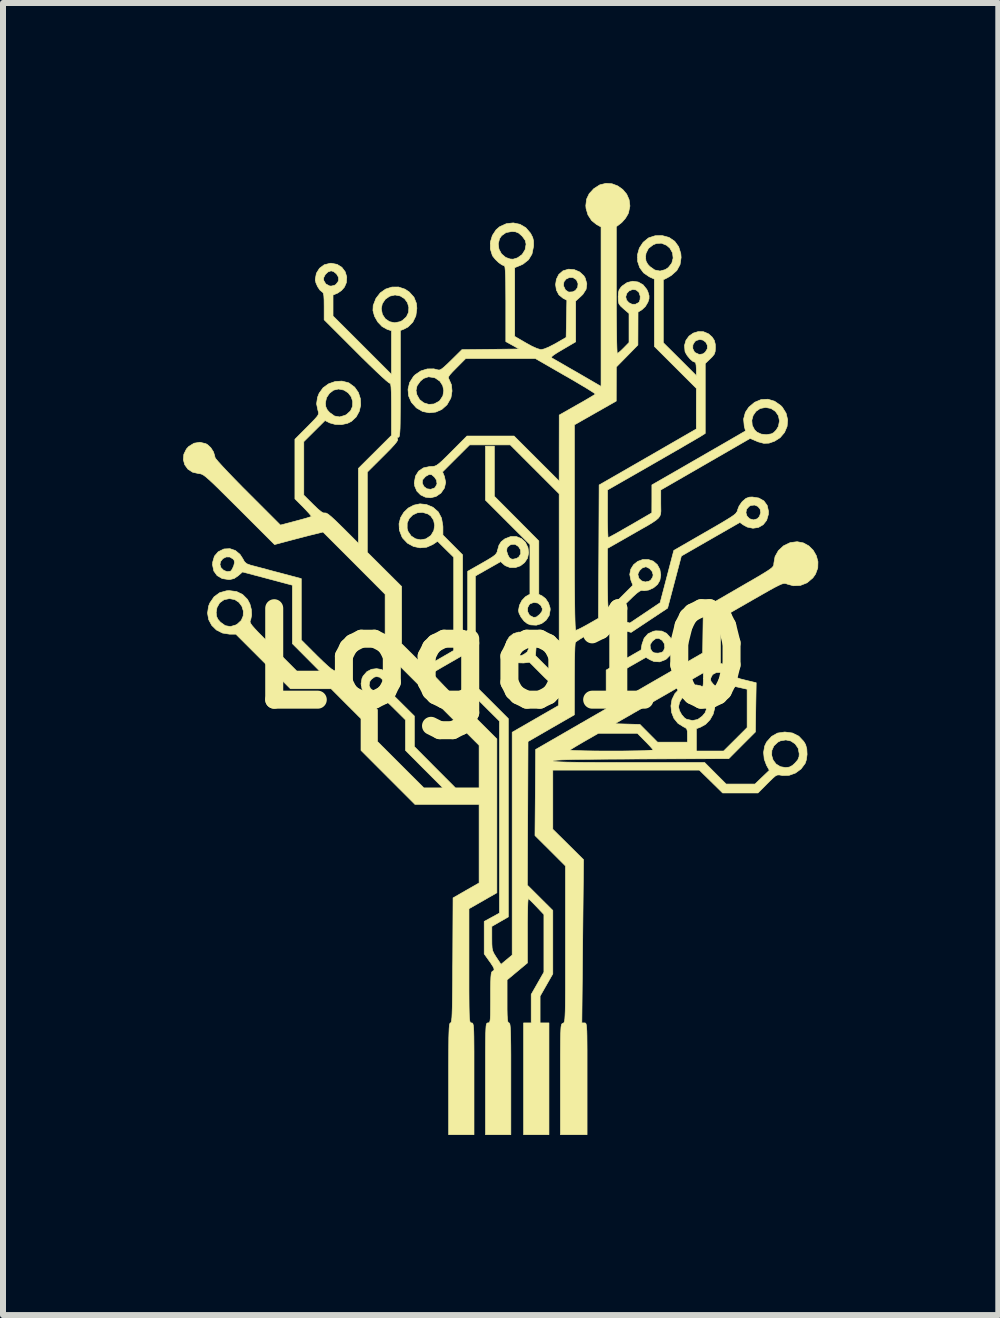
<source format=kicad_pcb>
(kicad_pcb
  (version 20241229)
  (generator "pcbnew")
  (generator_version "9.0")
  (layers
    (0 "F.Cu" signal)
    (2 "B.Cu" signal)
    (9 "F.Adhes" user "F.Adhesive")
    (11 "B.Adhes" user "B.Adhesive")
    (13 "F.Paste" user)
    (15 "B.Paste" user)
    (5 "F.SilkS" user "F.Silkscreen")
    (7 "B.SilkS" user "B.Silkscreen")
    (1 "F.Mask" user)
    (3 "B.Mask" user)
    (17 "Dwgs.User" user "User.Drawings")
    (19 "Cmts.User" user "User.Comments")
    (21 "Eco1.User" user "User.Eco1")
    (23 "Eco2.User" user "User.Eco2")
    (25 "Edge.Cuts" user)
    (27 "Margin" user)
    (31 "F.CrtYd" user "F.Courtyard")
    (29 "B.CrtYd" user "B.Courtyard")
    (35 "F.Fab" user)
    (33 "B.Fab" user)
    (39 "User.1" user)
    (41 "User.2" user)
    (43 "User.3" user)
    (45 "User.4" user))
  (footprint "Logo10"
    (layer "F.Cu")
    (at 5.293 7.919)
    (property "Reference" "Logo10" (at 0 0 0) (layer "F.SilkS") (effects (font (size 1.524 1.524) (thickness 0.3))))
    (attr through_hole)
    (fp_poly (pts (xy -0.106 -2.7) (xy 0.265 -2.328) (xy 0.635 -1.955) (xy 0.635 -1.065) (xy 0.688 -1.041) (xy 0.748 -0.994) (xy 0.796 -0.922) (xy 0.823 -0.839) (xy 0.825 -0.808) (xy 0.807 -0.712) (xy 0.756 -0.635) (xy 0.682 -0.579) (xy 0.593 -0.552) (xy 0.499 -0.557) (xy 0.445 -0.577) (xy 0.39 -0.62) (xy 0.34 -0.684) (xy 0.305 -0.753) (xy 0.296 -0.798) (xy 0.305 -0.843) (xy 0.448 -0.843) (xy 0.449 -0.778) (xy 0.477 -0.723) (xy 0.492 -0.71) (xy 0.547 -0.682) (xy 0.593 -0.687) (xy 0.645 -0.728) (xy 0.647 -0.729) (xy 0.688 -0.782) (xy 0.694 -0.828) (xy 0.667 -0.883) (xy 0.666 -0.884) (xy 0.617 -0.921) (xy 0.553 -0.931) (xy 0.493 -0.91) (xy 0.478 -0.898) (xy 0.448 -0.843) (xy 0.305 -0.843) (xy 0.312 -0.883) (xy 0.353 -0.964) (xy 0.41 -1.024) (xy 0.422 -1.032) (xy 0.487 -1.069) (xy 0.487 -1.482) (xy 0.487 -1.895) (xy 0.116 -2.265) (xy -0.254 -2.635) (xy -0.254 -3.535) (xy -0.106 -3.535) (xy -0.106 -2.7)) (stroke (width 0.01) (type solid)) (fill yes) (layer "F.SilkS"))
    (fp_poly (pts (xy 5.043 -1.923) (xy 5.134 -1.873) (xy 5.207 -1.8) (xy 5.259 -1.71) (xy 5.286 -1.61) (xy 5.283 -1.506) (xy 5.246 -1.404) (xy 5.201 -1.34) (xy 5.104 -1.258) (xy 4.993 -1.214) (xy 4.875 -1.209) (xy 4.776 -1.236) (xy 4.755 -1.244) (xy 4.734 -1.248) (xy 4.709 -1.246) (xy 4.675 -1.235) (xy 4.629 -1.214) (xy 4.564 -1.181) (xy 4.477 -1.133) (xy 4.364 -1.069) (xy 4.219 -0.986) (xy 4.184 -0.966) (xy 3.663 -0.667) (xy 3.662 -0.293) (xy 3.662 0.081) (xy 3.739 0.121) (xy 3.801 0.166) (xy 3.85 0.224) (xy 3.855 0.233) (xy 3.879 0.275) (xy 3.904 0.303) (xy 3.939 0.324) (xy 3.994 0.343) (xy 4.078 0.364) (xy 4.102 0.37) (xy 4.257 0.407) (xy 4.25 0.817) (xy 4.244 1.227) (xy 4.022 1.449) (xy 3.8 1.672) (xy 2.341 1.677) (xy 2.045 1.679) (xy 1.789 1.68) (xy 1.57 1.682) (xy 1.386 1.684) (xy 1.235 1.686) (xy 1.113 1.689) (xy 1.02 1.692) (xy 0.951 1.696) (xy 0.906 1.7) (xy 0.88 1.705) (xy 0.873 1.709) (xy 0.879 1.715) (xy 0.903 1.72) (xy 0.948 1.724) (xy 1.015 1.727) (xy 1.109 1.73) (xy 1.231 1.732) (xy 1.384 1.734) (xy 1.57 1.735) (xy 1.793 1.735) (xy 2.055 1.736) (xy 2.131 1.736) (xy 3.398 1.736) (xy 3.577 1.916) (xy 3.756 2.095) (xy 4.237 2.095) (xy 4.476 1.866) (xy 4.429 1.782) (xy 4.391 1.68) (xy 4.385 1.617) (xy 4.515 1.617) (xy 4.539 1.696) (xy 4.589 1.762) (xy 4.661 1.806) (xy 4.744 1.82) (xy 4.808 1.813) (xy 4.86 1.786) (xy 4.902 1.748) (xy 4.95 1.692) (xy 4.971 1.639) (xy 4.974 1.59) (xy 4.956 1.498) (xy 4.906 1.426) (xy 4.835 1.378) (xy 4.751 1.36) (xy 4.662 1.375) (xy 4.619 1.396) (xy 4.552 1.459) (xy 4.518 1.535) (xy 4.515 1.617) (xy 4.385 1.617) (xy 4.38 1.568) (xy 4.398 1.463) (xy 4.43 1.395) (xy 4.513 1.302) (xy 4.612 1.246) (xy 4.73 1.228) (xy 4.735 1.228) (xy 4.862 1.245) (xy 4.966 1.297) (xy 5.049 1.385) (xy 5.08 1.437) (xy 5.1 1.509) (xy 5.105 1.6) (xy 5.093 1.691) (xy 5.073 1.751) (xy 5.004 1.844) (xy 4.911 1.912) (xy 4.805 1.95) (xy 4.696 1.953) (xy 4.675 1.949) (xy 4.639 1.943) (xy 4.609 1.945) (xy 4.578 1.96) (xy 4.537 1.995) (xy 4.478 2.052) (xy 4.442 2.088) (xy 4.287 2.244) (xy 3.993 2.244) (xy 3.698 2.244) (xy 3.504 2.053) (xy 3.31 1.863) (xy 0.868 1.863) (xy 0.868 2.848) (xy 1.124 3.101) (xy 1.38 3.355) (xy 1.366 4.715) (xy 1.352 6.075) (xy 1.396 6.075) (xy 1.406 6.076) (xy 1.415 6.08) (xy 1.422 6.092) (xy 1.427 6.116) (xy 1.431 6.154) (xy 1.435 6.211) (xy 1.437 6.29) (xy 1.438 6.395) (xy 1.439 6.53) (xy 1.439 6.699) (xy 1.439 6.904) (xy 1.439 7.006) (xy 1.439 7.938) (xy 0.995 7.938) (xy 0.995 7.015) (xy 0.995 6.793) (xy 0.995 6.61) (xy 0.996 6.462) (xy 0.997 6.345) (xy 0.999 6.255) (xy 1.002 6.189) (xy 1.005 6.143) (xy 1.011 6.113) (xy 1.017 6.095) (xy 1.025 6.086) (xy 1.035 6.082) (xy 1.037 6.081) (xy 1.046 6.078) (xy 1.053 6.071) (xy 1.059 6.058) (xy 1.065 6.036) (xy 1.069 6) (xy 1.072 5.949) (xy 1.075 5.879) (xy 1.077 5.786) (xy 1.078 5.668) (xy 1.079 5.522) (xy 1.079 5.344) (xy 1.079 5.131) (xy 1.079 4.88) (xy 1.079 4.765) (xy 1.079 3.46) (xy 0.825 3.206) (xy 0.571 2.953) (xy 0.577 2.236) (xy 0.582 1.528) (xy 1.155 1.528) (xy 1.17 1.532) (xy 1.223 1.536) (xy 1.309 1.539) (xy 1.423 1.542) (xy 1.561 1.544) (xy 1.717 1.545) (xy 1.837 1.545) (xy 2.005 1.545) (xy 2.158 1.543) (xy 2.292 1.541) (xy 2.402 1.539) (xy 2.483 1.536) (xy 2.53 1.532) (xy 2.54 1.53) (xy 2.526 1.509) (xy 2.489 1.466) (xy 2.435 1.409) (xy 2.408 1.382) (xy 2.277 1.249) (xy 1.629 1.249) (xy 1.402 1.379) (xy 1.313 1.431) (xy 1.237 1.476) (xy 1.182 1.51) (xy 1.155 1.527) (xy 1.155 1.528) (xy 0.582 1.528) (xy 0.582 1.519) (xy 1.325 1.09) (xy 1.902 1.09) (xy 2.111 1.096) (xy 2.32 1.102) (xy 2.467 1.25) (xy 2.613 1.397) (xy 3.111 1.397) (xy 3.111 1.283) (xy 3.11 1.216) (xy 3.1 1.178) (xy 3.094 1.173) (xy 3.26 1.173) (xy 3.26 1.545) (xy 3.714 1.545) (xy 3.91 1.35) (xy 4.106 1.154) (xy 4.106 0.515) (xy 3.991 0.489) (xy 3.875 0.463) (xy 3.813 0.533) (xy 3.772 0.574) (xy 3.732 0.595) (xy 3.677 0.603) (xy 3.632 0.603) (xy 3.564 0.605) (xy 3.531 0.613) (xy 3.524 0.628) (xy 3.526 0.635) (xy 3.541 0.677) (xy 3.559 0.734) (xy 3.559 0.735) (xy 3.566 0.83) (xy 3.54 0.93) (xy 3.487 1.024) (xy 3.414 1.1) (xy 3.332 1.146) (xy 3.26 1.173) (xy 3.094 1.173) (xy 3.077 1.156) (xy 3.05 1.144) (xy 2.954 1.084) (xy 2.886 1) (xy 2.847 0.901) (xy 2.838 0.809) (xy 2.963 0.809) (xy 2.978 0.871) (xy 3.015 0.939) (xy 3.063 0.994) (xy 3.096 1.015) (xy 3.195 1.037) (xy 3.283 1.019) (xy 3.357 0.965) (xy 3.404 0.91) (xy 3.425 0.857) (xy 3.429 0.804) (xy 3.422 0.739) (xy 3.397 0.688) (xy 3.357 0.643) (xy 3.278 0.587) (xy 3.195 0.572) (xy 3.102 0.597) (xy 3.09 0.604) (xy 3.025 0.657) (xy 2.98 0.733) (xy 2.963 0.809) (xy 2.838 0.809) (xy 2.836 0.794) (xy 2.854 0.687) (xy 2.902 0.589) (xy 2.979 0.508) (xy 3.033 0.473) (xy 3.098 0.453) (xy 3.18 0.443) (xy 3.263 0.444) (xy 3.327 0.457) (xy 3.337 0.462) (xy 3.359 0.47) (xy 3.371 0.459) (xy 3.375 0.42) (xy 3.376 0.362) (xy 3.376 0.335) (xy 3.497 0.335) (xy 3.502 0.381) (xy 3.543 0.433) (xy 3.544 0.435) (xy 3.599 0.477) (xy 3.646 0.483) (xy 3.687 0.46) (xy 3.72 0.414) (xy 3.734 0.352) (xy 3.729 0.293) (xy 3.713 0.265) (xy 3.657 0.236) (xy 3.593 0.237) (xy 3.538 0.266) (xy 3.525 0.28) (xy 3.497 0.335) (xy 3.376 0.335) (xy 3.376 0.241) (xy 2.921 0.504) (xy 2.775 0.589) (xy 2.621 0.677) (xy 2.471 0.764) (xy 2.334 0.843) (xy 2.219 0.908) (xy 2.184 0.929) (xy 1.902 1.09) (xy 1.325 1.09) (xy 1.757 0.841) (xy 1.757 0.196) (xy 2.047 0.028) (xy 2.338 -0.139) (xy 2.353 -0.226) (xy 2.489 -0.226) (xy 2.494 -0.162) (xy 2.524 -0.111) (xy 2.563 -0.09) (xy 2.621 -0.086) (xy 2.678 -0.097) (xy 2.709 -0.116) (xy 2.734 -0.176) (xy 2.727 -0.242) (xy 2.692 -0.298) (xy 2.688 -0.3) (xy 2.634 -0.333) (xy 2.585 -0.33) (xy 2.532 -0.29) (xy 2.527 -0.285) (xy 2.489 -0.226) (xy 2.353 -0.226) (xy 2.354 -0.233) (xy 2.39 -0.335) (xy 2.455 -0.409) (xy 2.545 -0.451) (xy 2.585 -0.458) (xy 2.684 -0.454) (xy 2.763 -0.416) (xy 2.83 -0.341) (xy 2.87 -0.247) (xy 2.871 -0.152) (xy 2.835 -0.064) (xy 2.764 0.009) (xy 2.745 0.022) (xy 2.649 0.059) (xy 2.553 0.053) (xy 2.485 0.023) (xy 2.42 -0.016) (xy 2.162 0.131) (xy 1.905 0.279) (xy 1.905 0.51) (xy 1.906 0.603) (xy 1.909 0.678) (xy 1.913 0.727) (xy 1.918 0.741) (xy 1.938 0.731) (xy 1.992 0.701) (xy 2.073 0.655) (xy 2.18 0.595) (xy 2.307 0.523) (xy 2.45 0.44) (xy 2.606 0.35) (xy 2.648 0.326) (xy 3.365 -0.088) (xy 3.37 -0.46) (xy 3.376 -0.832) (xy 3.963 -1.172) (xy 4.125 -1.266) (xy 4.255 -1.341) (xy 4.354 -1.4) (xy 4.429 -1.446) (xy 4.482 -1.481) (xy 4.517 -1.508) (xy 4.537 -1.53) (xy 4.547 -1.548) (xy 4.551 -1.567) (xy 4.551 -1.582) (xy 4.571 -1.695) (xy 4.627 -1.795) (xy 4.713 -1.875) (xy 4.824 -1.928) (xy 4.825 -1.928) (xy 4.939 -1.943) (xy 5.043 -1.923)) (stroke (width 0.01) (type solid)) (fill yes) (layer "F.SilkS"))
    (fp_poly (pts (xy -2.726 -6.564) (xy -2.647 -6.515) (xy -2.592 -6.442) (xy -2.565 -6.354) (xy -2.572 -6.259) (xy -2.604 -6.185) (xy -2.653 -6.129) (xy -2.715 -6.086) (xy -2.72 -6.084) (xy -2.794 -6.053) (xy -2.794 -5.704) (xy -2.307 -5.218) (xy -1.82 -4.731) (xy -1.82 -5.458) (xy -1.893 -5.482) (xy -1.977 -5.529) (xy -2.049 -5.605) (xy -2.102 -5.698) (xy -2.129 -5.796) (xy -2.127 -5.826) (xy -1.99 -5.826) (xy -1.972 -5.731) (xy -1.923 -5.657) (xy -1.852 -5.609) (xy -1.767 -5.591) (xy -1.677 -5.609) (xy -1.639 -5.628) (xy -1.571 -5.69) (xy -1.535 -5.766) (xy -1.531 -5.848) (xy -1.554 -5.927) (xy -1.603 -5.993) (xy -1.675 -6.038) (xy -1.761 -6.054) (xy -1.849 -6.034) (xy -1.923 -5.983) (xy -1.973 -5.908) (xy -1.99 -5.826) (xy -2.127 -5.826) (xy -2.125 -5.878) (xy -2.079 -5.996) (xy -2.007 -6.089) (xy -1.916 -6.153) (xy -1.812 -6.186) (xy -1.703 -6.187) (xy -1.595 -6.151) (xy -1.524 -6.104) (xy -1.445 -6.016) (xy -1.405 -5.915) (xy -1.397 -5.832) (xy -1.414 -5.706) (xy -1.465 -5.6) (xy -1.544 -5.521) (xy -1.614 -5.484) (xy -1.672 -5.462) (xy -1.672 -4.573) (xy -1.672 -4.354) (xy -1.673 -4.174) (xy -1.674 -4.03) (xy -1.675 -3.916) (xy -1.677 -3.83) (xy -1.681 -3.768) (xy -1.685 -3.726) (xy -1.69 -3.7) (xy -1.697 -3.687) (xy -1.705 -3.683) (xy -1.707 -3.683) (xy -1.729 -3.676) (xy -1.718 -3.655) (xy -1.716 -3.638) (xy -1.733 -3.607) (xy -1.771 -3.56) (xy -1.833 -3.492) (xy -1.923 -3.401) (xy -1.959 -3.365) (xy -2.223 -3.102) (xy -2.223 -1.767) (xy -1.651 -1.197) (xy -1.651 -0.243) (xy -1.259 0.145) (xy -1.021 0.007) (xy -0.783 -0.131) (xy -0.783 -1.684) (xy -0.918 -1.817) (xy -1.052 -1.95) (xy -1.132 -1.896) (xy -1.234 -1.851) (xy -1.345 -1.841) (xy -1.454 -1.864) (xy -1.553 -1.918) (xy -1.631 -2) (xy -1.645 -2.022) (xy -1.688 -2.134) (xy -1.69 -2.166) (xy -1.559 -2.166) (xy -1.544 -2.114) (xy -1.492 -2.038) (xy -1.419 -1.991) (xy -1.333 -1.974) (xy -1.247 -1.99) (xy -1.17 -2.041) (xy -1.159 -2.052) (xy -1.114 -2.13) (xy -1.101 -2.217) (xy -1.118 -2.301) (xy -1.165 -2.371) (xy -1.21 -2.404) (xy -1.302 -2.432) (xy -1.389 -2.425) (xy -1.466 -2.389) (xy -1.524 -2.33) (xy -1.558 -2.254) (xy -1.559 -2.166) (xy -1.69 -2.166) (xy -1.694 -2.243) (xy -1.668 -2.344) (xy -1.614 -2.433) (xy -1.54 -2.504) (xy -1.448 -2.552) (xy -1.345 -2.574) (xy -1.236 -2.562) (xy -1.128 -2.516) (xy -1.04 -2.439) (xy -0.986 -2.336) (xy -0.964 -2.207) (xy -0.963 -2.186) (xy -0.963 -2.054) (xy -0.799 -1.889) (xy -0.635 -1.724) (xy -0.635 -0.048) (xy -0.884 0.095) (xy -0.976 0.148) (xy -1.054 0.194) (xy -1.111 0.228) (xy -1.14 0.246) (xy -1.142 0.247) (xy -1.13 0.263) (xy -1.091 0.306) (xy -1.028 0.372) (xy -0.946 0.458) (xy -0.846 0.56) (xy -0.732 0.675) (xy -0.608 0.799) (xy -0.608 0.8) (xy -0.064 1.344) (xy -0.064 3.907) (xy -0.529 4.173) (xy -0.529 5.124) (xy -0.529 5.349) (xy -0.529 5.536) (xy -0.528 5.687) (xy -0.527 5.807) (xy -0.525 5.899) (xy -0.523 5.968) (xy -0.519 6.015) (xy -0.514 6.046) (xy -0.508 6.064) (xy -0.501 6.072) (xy -0.491 6.075) (xy -0.487 6.075) (xy -0.477 6.076) (xy -0.468 6.081) (xy -0.462 6.094) (xy -0.456 6.119) (xy -0.452 6.16) (xy -0.449 6.219) (xy -0.447 6.302) (xy -0.446 6.41) (xy -0.445 6.549) (xy -0.445 6.722) (xy -0.445 6.932) (xy -0.445 7.006) (xy -0.445 7.938) (xy -0.868 7.938) (xy -0.868 7.006) (xy -0.868 6.781) (xy -0.867 6.594) (xy -0.866 6.443) (xy -0.865 6.324) (xy -0.862 6.232) (xy -0.859 6.166) (xy -0.855 6.12) (xy -0.85 6.092) (xy -0.843 6.078) (xy -0.836 6.075) (xy -0.829 6.071) (xy -0.823 6.056) (xy -0.818 6.026) (xy -0.813 5.98) (xy -0.81 5.912) (xy -0.807 5.821) (xy -0.805 5.702) (xy -0.803 5.552) (xy -0.801 5.368) (xy -0.8 5.147) (xy -0.799 5.033) (xy -0.794 3.992) (xy -0.577 3.867) (xy -0.36 3.743) (xy -0.36 2.434) (xy -1.429 2.434) (xy -1.879 1.984) (xy -2.328 1.534) (xy -2.328 1.006) (xy -2.577 0.757) (xy -2.825 0.508) (xy -3.503 0.508) (xy -3.958 0.053) (xy -4.413 -0.402) (xy -4.516 -0.402) (xy -4.636 -0.421) (xy -4.737 -0.472) (xy -4.815 -0.549) (xy -4.866 -0.645) (xy -4.885 -0.753) (xy -4.883 -0.765) (xy -4.741 -0.765) (xy -4.735 -0.7) (xy -4.712 -0.65) (xy -4.669 -0.601) (xy -4.589 -0.544) (xy -4.504 -0.529) (xy -4.413 -0.556) (xy -4.389 -0.57) (xy -4.323 -0.631) (xy -4.291 -0.706) (xy -4.288 -0.787) (xy -4.312 -0.865) (xy -4.361 -0.932) (xy -4.431 -0.978) (xy -4.52 -0.995) (xy -4.611 -0.976) (xy -4.683 -0.924) (xy -4.728 -0.845) (xy -4.741 -0.765) (xy -4.883 -0.765) (xy -4.868 -0.868) (xy -4.847 -0.921) (xy -4.776 -1.025) (xy -4.683 -1.093) (xy -4.569 -1.125) (xy -4.524 -1.128) (xy -4.4 -1.112) (xy -4.3 -1.063) (xy -4.22 -0.983) (xy -4.179 -0.906) (xy -4.155 -0.814) (xy -4.15 -0.721) (xy -4.165 -0.645) (xy -4.17 -0.635) (xy -4.176 -0.619) (xy -4.175 -0.601) (xy -4.164 -0.577) (xy -4.14 -0.543) (xy -4.099 -0.496) (xy -4.039 -0.432) (xy -3.956 -0.348) (xy -3.847 -0.238) (xy -3.797 -0.188) (xy -3.398 0.212) (xy -3.207 0.212) (xy -3.017 0.212) (xy -3.244 -0.016) (xy -3.471 -0.244) (xy -3.471 -1.218) (xy -3.887 -1.329) (xy -4.302 -1.439) (xy -4.374 -1.376) (xy -4.441 -1.33) (xy -4.51 -1.313) (xy -4.531 -1.312) (xy -4.641 -1.329) (xy -4.725 -1.378) (xy -4.78 -1.454) (xy -4.801 -1.553) (xy -4.801 -1.562) (xy -4.678 -1.562) (xy -4.66 -1.508) (xy -4.616 -1.466) (xy -4.56 -1.444) (xy -4.506 -1.45) (xy -4.496 -1.456) (xy -4.474 -1.485) (xy -4.451 -1.536) (xy -4.448 -1.543) (xy -4.435 -1.597) (xy -4.442 -1.633) (xy -4.459 -1.654) (xy -4.513 -1.688) (xy -4.574 -1.689) (xy -4.629 -1.661) (xy -4.668 -1.612) (xy -4.678 -1.562) (xy -4.801 -1.562) (xy -4.799 -1.603) (xy -4.77 -1.702) (xy -4.707 -1.775) (xy -4.613 -1.821) (xy -4.609 -1.822) (xy -4.512 -1.827) (xy -4.421 -1.796) (xy -4.344 -1.732) (xy -4.301 -1.666) (xy -4.269 -1.609) (xy -4.232 -1.576) (xy -4.173 -1.554) (xy -4.156 -1.549) (xy -4.102 -1.535) (xy -4.015 -1.512) (xy -3.906 -1.483) (xy -3.784 -1.45) (xy -3.688 -1.425) (xy -3.323 -1.328) (xy -3.323 -0.306) (xy -3.064 -0.047) (xy -2.959 0.055) (xy -2.879 0.129) (xy -2.82 0.178) (xy -2.778 0.204) (xy -2.751 0.212) (xy -2.724 0.22) (xy -2.685 0.245) (xy -2.629 0.291) (xy -2.553 0.361) (xy -2.454 0.457) (xy -2.376 0.535) (xy -2.053 0.858) (xy -2.053 1.122) (xy -2.053 1.387) (xy -1.667 1.773) (xy -1.28 2.159) (xy -0.964 2.159) (xy -1.276 1.847) (xy -1.587 1.534) (xy -1.587 1.026) (xy -1.764 0.85) (xy -1.84 0.775) (xy -1.894 0.726) (xy -1.932 0.697) (xy -1.963 0.685) (xy -1.992 0.684) (xy -2.015 0.688) (xy -2.112 0.687) (xy -2.197 0.653) (xy -2.265 0.593) (xy -2.31 0.514) (xy -2.322 0.452) (xy -2.193 0.452) (xy -2.171 0.503) (xy -2.126 0.537) (xy -2.069 0.549) (xy -2.009 0.532) (xy -1.986 0.515) (xy -1.952 0.462) (xy -1.95 0.405) (xy -1.973 0.352) (xy -2.015 0.315) (xy -2.07 0.304) (xy -2.107 0.314) (xy -2.157 0.352) (xy -2.183 0.39) (xy -2.193 0.452) (xy -2.322 0.452) (xy -2.327 0.425) (xy -2.311 0.333) (xy -2.293 0.296) (xy -2.23 0.223) (xy -2.153 0.183) (xy -2.068 0.172) (xy -1.985 0.187) (xy -1.909 0.226) (xy -1.849 0.285) (xy -1.812 0.361) (xy -1.806 0.451) (xy -1.813 0.488) (xy -1.835 0.568) (xy -1.637 0.765) (xy -1.439 0.962) (xy -1.439 1.217) (xy -1.439 1.471) (xy -1.097 1.815) (xy -0.754 2.159) (xy -0.36 2.159) (xy -0.36 1.45) (xy -1.143 0.667) (xy -1.926 -0.116) (xy -1.926 -1.067) (xy -2.443 -1.586) (xy -2.961 -2.104) (xy -3.094 -2.071) (xy -3.168 -2.053) (xy -3.269 -2.027) (xy -3.384 -1.997) (xy -3.498 -1.967) (xy -3.768 -1.895) (xy -4.358 -2.485) (xy -4.507 -2.633) (xy -4.629 -2.754) (xy -4.727 -2.851) (xy -4.806 -2.927) (xy -4.867 -2.983) (xy -4.913 -3.023) (xy -4.949 -3.05) (xy -4.978 -3.066) (xy -5.001 -3.074) (xy -5.024 -3.078) (xy -5.033 -3.078) (xy -5.134 -3.101) (xy -5.212 -3.152) (xy -5.265 -3.225) (xy -5.288 -3.31) (xy -5.28 -3.4) (xy -5.237 -3.487) (xy -5.198 -3.53) (xy -5.11 -3.584) (xy -5.012 -3.6) (xy -4.913 -3.576) (xy -4.888 -3.562) (xy -4.831 -3.51) (xy -4.785 -3.438) (xy -4.763 -3.364) (xy -4.763 -3.352) (xy -4.748 -3.327) (xy -4.705 -3.275) (xy -4.637 -3.2) (xy -4.547 -3.104) (xy -4.436 -2.989) (xy -4.308 -2.858) (xy -4.216 -2.766) (xy -3.67 -2.22) (xy -3.417 -2.287) (xy -3.32 -2.313) (xy -3.238 -2.336) (xy -3.181 -2.354) (xy -3.155 -2.363) (xy -3.155 -2.363) (xy -3.165 -2.381) (xy -3.199 -2.421) (xy -3.251 -2.477) (xy -3.287 -2.515) (xy -3.429 -2.657) (xy -3.429 -3.65) (xy -3.225 -3.855) (xy -3.144 -3.937) (xy -3.088 -3.996) (xy -3.054 -4.036) (xy -3.038 -4.066) (xy -3.035 -4.091) (xy -3.041 -4.117) (xy -3.045 -4.129) (xy -3.068 -4.24) (xy -3.066 -4.255) (xy -2.921 -4.255) (xy -2.914 -4.19) (xy -2.889 -4.138) (xy -2.849 -4.094) (xy -2.769 -4.037) (xy -2.684 -4.022) (xy -2.593 -4.049) (xy -2.569 -4.062) (xy -2.502 -4.123) (xy -2.469 -4.198) (xy -2.466 -4.279) (xy -2.491 -4.357) (xy -2.541 -4.423) (xy -2.612 -4.469) (xy -2.704 -4.487) (xy -2.706 -4.487) (xy -2.785 -4.468) (xy -2.853 -4.416) (xy -2.902 -4.343) (xy -2.921 -4.258) (xy -2.921 -4.255) (xy -3.066 -4.255) (xy -3.052 -4.349) (xy -3.025 -4.417) (xy -2.959 -4.508) (xy -2.867 -4.574) (xy -2.759 -4.612) (xy -2.646 -4.619) (xy -2.538 -4.592) (xy -2.524 -4.585) (xy -2.433 -4.517) (xy -2.371 -4.428) (xy -2.338 -4.326) (xy -2.333 -4.219) (xy -2.357 -4.115) (xy -2.408 -4.022) (xy -2.487 -3.948) (xy -2.551 -3.916) (xy -2.65 -3.894) (xy -2.757 -3.897) (xy -2.851 -3.923) (xy -2.858 -3.927) (xy -2.927 -3.962) (xy -3.104 -3.786) (xy -3.281 -3.61) (xy -3.281 -2.719) (xy -3.124 -2.563) (xy -3.046 -2.488) (xy -2.991 -2.443) (xy -2.953 -2.422) (xy -2.929 -2.422) (xy -2.908 -2.42) (xy -2.873 -2.4) (xy -2.823 -2.359) (xy -2.752 -2.294) (xy -2.657 -2.201) (xy -2.631 -2.176) (xy -2.371 -1.916) (xy -2.371 -3.165) (xy -2.095 -3.44) (xy -1.82 -3.714) (xy -1.82 -4.155) (xy -1.821 -4.314) (xy -1.823 -4.433) (xy -1.827 -4.515) (xy -1.833 -4.564) (xy -1.841 -4.582) (xy -1.844 -4.581) (xy -1.864 -4.592) (xy -1.912 -4.631) (xy -1.983 -4.695) (xy -2.076 -4.782) (xy -2.187 -4.889) (xy -2.314 -5.013) (xy -2.405 -5.104) (xy -2.942 -5.641) (xy -2.942 -5.866) (xy -2.943 -5.971) (xy -2.947 -6.04) (xy -2.955 -6.081) (xy -2.968 -6.101) (xy -2.974 -6.104) (xy -3.013 -6.136) (xy -3.051 -6.193) (xy -3.08 -6.259) (xy -3.087 -6.299) (xy -2.951 -6.299) (xy -2.914 -6.238) (xy -2.853 -6.205) (xy -2.826 -6.202) (xy -2.772 -6.214) (xy -2.747 -6.228) (xy -2.713 -6.271) (xy -2.701 -6.299) (xy -2.704 -6.351) (xy -2.736 -6.405) (xy -2.784 -6.444) (xy -2.826 -6.456) (xy -2.878 -6.438) (xy -2.923 -6.395) (xy -2.95 -6.341) (xy -2.951 -6.299) (xy -3.087 -6.299) (xy -3.09 -6.315) (xy -3.071 -6.416) (xy -3.019 -6.499) (xy -2.941 -6.557) (xy -2.843 -6.582) (xy -2.826 -6.583) (xy -2.726 -6.564)) (stroke (width 0.01) (type solid)) (fill yes) (layer "F.SilkS"))
    (fp_poly (pts (xy 1.855 -7.907) (xy 1.95 -7.871) (xy 2.033 -7.812) (xy 2.099 -7.734) (xy 2.14 -7.64) (xy 2.153 -7.536) (xy 2.13 -7.425) (xy 2.121 -7.403) (xy 2.078 -7.331) (xy 2.021 -7.266) (xy 2.003 -7.25) (xy 1.926 -7.192) (xy 1.926 -6.136) (xy 1.926 -5.929) (xy 1.927 -5.735) (xy 1.929 -5.559) (xy 1.931 -5.405) (xy 1.933 -5.276) (xy 1.936 -5.176) (xy 1.939 -5.11) (xy 1.942 -5.081) (xy 1.943 -5.08) (xy 1.966 -5.094) (xy 2.007 -5.13) (xy 2.049 -5.171) (xy 2.138 -5.262) (xy 2.138 -5.746) (xy 2.048 -5.823) (xy 1.996 -5.871) (xy 1.969 -5.909) (xy 1.959 -5.958) (xy 1.958 -6.019) (xy 1.958 -6.023) (xy 2.083 -6.023) (xy 2.097 -5.969) (xy 2.135 -5.926) (xy 2.187 -5.9) (xy 2.244 -5.899) (xy 2.298 -5.927) (xy 2.308 -5.938) (xy 2.322 -5.978) (xy 2.325 -6.034) (xy 2.324 -6.036) (xy 2.302 -6.1) (xy 2.256 -6.138) (xy 2.198 -6.146) (xy 2.14 -6.122) (xy 2.102 -6.082) (xy 2.083 -6.023) (xy 1.958 -6.023) (xy 1.961 -6.092) (xy 1.974 -6.141) (xy 2.004 -6.183) (xy 2.024 -6.204) (xy 2.108 -6.262) (xy 2.2 -6.283) (xy 2.291 -6.27) (xy 2.372 -6.224) (xy 2.434 -6.147) (xy 2.454 -6.103) (xy 2.472 -6.04) (xy 2.471 -5.99) (xy 2.453 -5.934) (xy 2.411 -5.863) (xy 2.355 -5.81) (xy 2.288 -5.768) (xy 2.287 -5.494) (xy 2.286 -5.22) (xy 2.106 -5.036) (xy 1.926 -4.853) (xy 1.925 -4.286) (xy 1.228 -3.89) (xy 1.228 -2.178) (xy 1.228 -1.843) (xy 1.228 -1.549) (xy 1.229 -1.294) (xy 1.231 -1.077) (xy 1.233 -0.895) (xy 1.235 -0.748) (xy 1.238 -0.633) (xy 1.241 -0.55) (xy 1.245 -0.495) (xy 1.249 -0.469) (xy 1.251 -0.466) (xy 1.279 -0.476) (xy 1.334 -0.502) (xy 1.407 -0.541) (xy 1.452 -0.566) (xy 1.629 -0.667) (xy 1.635 -1.777) (xy 1.64 -2.888) (xy 2.45 -3.354) (xy 3.259 -3.821) (xy 3.259 -4.159) (xy 3.26 -4.498) (xy 2.561 -5.196) (xy 2.56 -6.318) (xy 2.476 -6.357) (xy 2.381 -6.422) (xy 2.316 -6.51) (xy 2.281 -6.614) (xy 2.28 -6.682) (xy 2.413 -6.682) (xy 2.421 -6.619) (xy 2.45 -6.566) (xy 2.485 -6.528) (xy 2.567 -6.47) (xy 2.655 -6.453) (xy 2.743 -6.477) (xy 2.792 -6.51) (xy 2.85 -6.583) (xy 2.873 -6.669) (xy 2.863 -6.756) (xy 2.819 -6.834) (xy 2.764 -6.882) (xy 2.678 -6.917) (xy 2.595 -6.912) (xy 2.54 -6.89) (xy 2.462 -6.83) (xy 2.421 -6.748) (xy 2.413 -6.682) (xy 2.28 -6.682) (xy 2.279 -6.725) (xy 2.31 -6.835) (xy 2.373 -6.931) (xy 2.463 -7.005) (xy 2.573 -7.041) (xy 2.69 -7.044) (xy 2.805 -7.013) (xy 2.899 -6.949) (xy 2.965 -6.858) (xy 3.001 -6.743) (xy 3.006 -6.679) (xy 2.988 -6.56) (xy 2.934 -6.461) (xy 2.842 -6.379) (xy 2.778 -6.341) (xy 2.709 -6.307) (xy 2.709 -5.259) (xy 2.985 -4.985) (xy 3.26 -4.71) (xy 3.26 -4.821) (xy 3.256 -4.883) (xy 3.248 -4.923) (xy 3.24 -4.932) (xy 3.201 -4.948) (xy 3.153 -4.99) (xy 3.108 -5.044) (xy 3.076 -5.099) (xy 3.071 -5.113) (xy 3.067 -5.16) (xy 3.2 -5.16) (xy 3.228 -5.105) (xy 3.243 -5.092) (xy 3.31 -5.062) (xy 3.371 -5.073) (xy 3.408 -5.101) (xy 3.443 -5.158) (xy 3.443 -5.216) (xy 3.418 -5.266) (xy 3.373 -5.301) (xy 3.317 -5.313) (xy 3.258 -5.295) (xy 3.235 -5.278) (xy 3.202 -5.223) (xy 3.2 -5.16) (xy 3.067 -5.16) (xy 3.062 -5.212) (xy 3.087 -5.299) (xy 3.138 -5.369) (xy 3.209 -5.419) (xy 3.291 -5.444) (xy 3.378 -5.442) (xy 3.462 -5.407) (xy 3.523 -5.353) (xy 3.559 -5.298) (xy 3.575 -5.235) (xy 3.577 -5.181) (xy 3.574 -5.115) (xy 3.559 -5.068) (xy 3.524 -5.024) (xy 3.493 -4.993) (xy 3.408 -4.912) (xy 3.408 -3.747) (xy 3.314 -3.688) (xy 3.274 -3.665) (xy 3.203 -3.623) (xy 3.104 -3.566) (xy 2.983 -3.495) (xy 2.843 -3.415) (xy 2.689 -3.326) (xy 2.527 -3.233) (xy 2.5 -3.217) (xy 1.78 -2.805) (xy 1.779 -2.408) (xy 1.779 -2.283) (xy 1.781 -2.175) (xy 1.784 -2.089) (xy 1.787 -2.032) (xy 1.791 -2.011) (xy 1.791 -2.011) (xy 1.813 -2.021) (xy 1.865 -2.049) (xy 1.943 -2.092) (xy 2.039 -2.147) (xy 2.149 -2.21) (xy 2.162 -2.217) (xy 2.518 -2.424) (xy 2.519 -2.656) (xy 2.519 -2.889) (xy 3.032 -3.184) (xy 3.184 -3.272) (xy 3.339 -3.361) (xy 3.489 -3.448) (xy 3.627 -3.527) (xy 3.743 -3.594) (xy 3.812 -3.634) (xy 4.079 -3.789) (xy 4.058 -3.869) (xy 4.049 -3.966) (xy 4.184 -3.966) (xy 4.191 -3.883) (xy 4.231 -3.806) (xy 4.269 -3.769) (xy 4.34 -3.736) (xy 4.427 -3.726) (xy 4.51 -3.74) (xy 4.548 -3.76) (xy 4.591 -3.804) (xy 4.626 -3.862) (xy 4.627 -3.864) (xy 4.645 -3.956) (xy 4.627 -4.043) (xy 4.578 -4.114) (xy 4.504 -4.163) (xy 4.414 -4.18) (xy 4.324 -4.163) (xy 4.254 -4.115) (xy 4.206 -4.046) (xy 4.184 -3.966) (xy 4.049 -3.966) (xy 4.047 -3.987) (xy 4.077 -4.099) (xy 4.134 -4.184) (xy 4.231 -4.266) (xy 4.339 -4.311) (xy 4.452 -4.317) (xy 4.563 -4.284) (xy 4.664 -4.214) (xy 4.693 -4.184) (xy 4.755 -4.084) (xy 4.781 -3.975) (xy 4.772 -3.865) (xy 4.729 -3.763) (xy 4.655 -3.676) (xy 4.564 -3.618) (xy 4.47 -3.585) (xy 4.383 -3.582) (xy 4.286 -3.608) (xy 4.257 -3.621) (xy 4.156 -3.664) (xy 3.411 -3.234) (xy 2.667 -2.805) (xy 2.667 -2.579) (xy 2.668 -2.508) (xy 2.669 -2.453) (xy 2.665 -2.409) (xy 2.653 -2.372) (xy 2.628 -2.337) (xy 2.588 -2.302) (xy 2.528 -2.261) (xy 2.444 -2.21) (xy 2.332 -2.147) (xy 2.189 -2.065) (xy 2.165 -2.051) (xy 1.779 -1.831) (xy 1.778 -1.328) (xy 1.779 -1.187) (xy 1.781 -1.062) (xy 1.783 -0.957) (xy 1.787 -0.88) (xy 1.791 -0.835) (xy 1.794 -0.826) (xy 1.815 -0.84) (xy 1.858 -0.879) (xy 1.919 -0.936) (xy 1.992 -1.008) (xy 2.006 -1.022) (xy 2.202 -1.218) (xy 2.169 -1.302) (xy 2.151 -1.393) (xy 2.286 -1.393) (xy 2.304 -1.331) (xy 2.349 -1.289) (xy 2.409 -1.272) (xy 2.472 -1.285) (xy 2.501 -1.305) (xy 2.532 -1.352) (xy 2.54 -1.39) (xy 2.523 -1.447) (xy 2.48 -1.496) (xy 2.426 -1.523) (xy 2.413 -1.524) (xy 2.36 -1.506) (xy 2.313 -1.462) (xy 2.287 -1.407) (xy 2.286 -1.393) (xy 2.151 -1.393) (xy 2.15 -1.398) (xy 2.168 -1.486) (xy 2.214 -1.56) (xy 2.283 -1.615) (xy 2.367 -1.646) (xy 2.46 -1.646) (xy 2.541 -1.619) (xy 2.609 -1.561) (xy 2.652 -1.481) (xy 2.667 -1.389) (xy 2.652 -1.298) (xy 2.613 -1.231) (xy 2.547 -1.175) (xy 2.467 -1.138) (xy 2.389 -1.126) (xy 2.363 -1.13) (xy 2.34 -1.13) (xy 2.309 -1.115) (xy 2.267 -1.084) (xy 2.207 -1.03) (xy 2.126 -0.951) (xy 2.085 -0.91) (xy 2.006 -0.83) (xy 1.94 -0.761) (xy 1.892 -0.708) (xy 1.866 -0.677) (xy 1.864 -0.671) (xy 1.888 -0.661) (xy 1.941 -0.645) (xy 2.012 -0.625) (xy 2.013 -0.625) (xy 2.153 -0.588) (xy 2.656 -0.926) (xy 2.77 -1.361) (xy 2.884 -1.797) (xy 3.409 -2.1) (xy 3.562 -2.188) (xy 3.682 -2.258) (xy 3.773 -2.313) (xy 3.84 -2.355) (xy 3.887 -2.388) (xy 3.917 -2.414) (xy 3.926 -2.425) (xy 4.086 -2.425) (xy 4.104 -2.369) (xy 4.147 -2.325) (xy 4.211 -2.307) (xy 4.215 -2.307) (xy 4.276 -2.325) (xy 4.31 -2.362) (xy 4.333 -2.427) (xy 4.322 -2.486) (xy 4.285 -2.531) (xy 4.231 -2.554) (xy 4.167 -2.547) (xy 4.14 -2.532) (xy 4.096 -2.484) (xy 4.086 -2.425) (xy 3.926 -2.425) (xy 3.934 -2.436) (xy 3.944 -2.457) (xy 3.948 -2.475) (xy 3.972 -2.537) (xy 4.017 -2.602) (xy 4.032 -2.618) (xy 4.087 -2.665) (xy 4.142 -2.685) (xy 4.19 -2.688) (xy 4.3 -2.671) (xy 4.385 -2.623) (xy 4.44 -2.548) (xy 4.462 -2.45) (xy 4.46 -2.398) (xy 4.431 -2.299) (xy 4.373 -2.226) (xy 4.295 -2.181) (xy 4.203 -2.167) (xy 4.107 -2.187) (xy 4.042 -2.223) (xy 3.985 -2.264) (xy 3.497 -1.984) (xy 3.01 -1.704) (xy 2.781 -0.836) (xy 2.477 -0.634) (xy 2.173 -0.432) (xy 1.946 -0.493) (xy 1.718 -0.554) (xy 1.489 -0.421) (xy 1.4 -0.368) (xy 1.324 -0.322) (xy 1.27 -0.286) (xy 1.244 -0.266) (xy 1.244 -0.266) (xy 1.24 -0.239) (xy 1.236 -0.177) (xy 1.233 -0.082) (xy 1.23 0.037) (xy 1.229 0.176) (xy 1.228 0.33) (xy 1.228 0.349) (xy 1.227 0.942) (xy 0.841 1.164) (xy 0.455 1.387) (xy 0.45 2.583) (xy 0.444 3.779) (xy 0.656 3.99) (xy 0.868 4.201) (xy 0.868 5.258) (xy 0.762 5.444) (xy 0.656 5.63) (xy 0.656 6.075) (xy 0.804 6.075) (xy 0.804 7.938) (xy 0.381 7.938) (xy 0.381 6.075) (xy 0.508 6.075) (xy 0.508 5.601) (xy 0.614 5.415) (xy 0.72 5.229) (xy 0.72 4.269) (xy 0.598 4.14) (xy 0.54 4.08) (xy 0.493 4.033) (xy 0.464 4.007) (xy 0.46 4.004) (xy 0.456 4.022) (xy 0.452 4.077) (xy 0.449 4.164) (xy 0.447 4.276) (xy 0.445 4.408) (xy 0.445 4.537) (xy 0.445 5.076) (xy 0.106 5.359) (xy 0.106 5.717) (xy 0.106 5.85) (xy 0.108 5.946) (xy 0.112 6.011) (xy 0.118 6.05) (xy 0.126 6.07) (xy 0.138 6.075) (xy 0.145 6.079) (xy 0.152 6.094) (xy 0.157 6.123) (xy 0.161 6.17) (xy 0.164 6.238) (xy 0.166 6.331) (xy 0.168 6.453) (xy 0.169 6.606) (xy 0.169 6.795) (xy 0.169 7.006) (xy 0.169 7.938) (xy -0.254 7.938) (xy -0.254 7.006) (xy -0.254 6.784) (xy -0.254 6.599) (xy -0.253 6.45) (xy -0.252 6.333) (xy -0.25 6.243) (xy -0.247 6.176) (xy -0.244 6.13) (xy -0.239 6.101) (xy -0.232 6.084) (xy -0.225 6.077) (xy -0.215 6.075) (xy -0.212 6.075) (xy -0.197 6.073) (xy -0.187 6.065) (xy -0.179 6.044) (xy -0.174 6.005) (xy -0.171 5.942) (xy -0.17 5.851) (xy -0.169 5.726) (xy -0.169 5.651) (xy -0.169 5.504) (xy -0.167 5.393) (xy -0.164 5.315) (xy -0.159 5.263) (xy -0.152 5.232) (xy -0.142 5.217) (xy -0.138 5.215) (xy -0.114 5.2) (xy -0.11 5.177) (xy -0.127 5.138) (xy -0.167 5.076) (xy -0.191 5.043) (xy -0.275 4.925) (xy -0.275 4.384) (xy -0.148 4.315) (xy -0.021 4.245) (xy -0.021 1.047) (xy -0.286 0.783) (xy -0.55 0.519) (xy -0.55 -0.465) (xy -0.55 -1.45) (xy -0.309 -1.587) (xy -0.209 -1.645) (xy -0.141 -1.687) (xy -0.097 -1.72) (xy -0.072 -1.748) (xy -0.058 -1.776) (xy -0.055 -1.791) (xy 0.098 -1.791) (xy 0.118 -1.726) (xy 0.146 -1.674) (xy 0.182 -1.653) (xy 0.205 -1.651) (xy 0.263 -1.664) (xy 0.3 -1.686) (xy 0.334 -1.742) (xy 0.331 -1.806) (xy 0.296 -1.863) (xy 0.239 -1.9) (xy 0.177 -1.897) (xy 0.149 -1.884) (xy 0.107 -1.846) (xy 0.098 -1.791) (xy -0.055 -1.791) (xy -0.053 -1.799) (xy -0.029 -1.884) (xy 0.008 -1.943) (xy 0.068 -1.99) (xy 0.07 -1.991) (xy 0.167 -2.029) (xy 0.261 -2.029) (xy 0.345 -1.995) (xy 0.412 -1.933) (xy 0.454 -1.845) (xy 0.466 -1.76) (xy 0.447 -1.669) (xy 0.398 -1.595) (xy 0.328 -1.541) (xy 0.245 -1.512) (xy 0.157 -1.512) (xy 0.075 -1.544) (xy 0.046 -1.568) (xy -0.000497 -1.611) (xy -0.423 -1.371) (xy -0.423 0.456) (xy -0.148 0.73) (xy 0.127 1.005) (xy 0.127 4.309) (xy -0.148 4.467) (xy -0.148 4.668) (xy -0.147 4.763) (xy -0.143 4.828) (xy -0.132 4.877) (xy -0.111 4.922) (xy -0.078 4.975) (xy -0.072 4.984) (xy 0.005 5.099) (xy 0.098 5.022) (xy 0.191 4.944) (xy 0.191 1.232) (xy 0.963 0.787) (xy 0.969 0.637) (xy 0.971 0.557) (xy 0.967 0.512) (xy 0.956 0.497) (xy 0.948 0.498) (xy 0.924 0.487) (xy 0.876 0.451) (xy 0.81 0.393) (xy 0.731 0.318) (xy 0.7 0.287) (xy 0.48 0.066) (xy 0.381 0.078) (xy 0.271 0.074) (xy 0.181 0.036) (xy 0.116 -0.032) (xy 0.082 -0.125) (xy 0.078 -0.177) (xy 0.08 -0.19) (xy 0.212 -0.19) (xy 0.223 -0.133) (xy 0.259 -0.083) (xy 0.323 -0.047) (xy 0.335 -0.044) (xy 0.356 -0.051) (xy 0.388 -0.067) (xy 0.443 -0.107) (xy 0.464 -0.159) (xy 0.465 -0.178) (xy 0.447 -0.236) (xy 0.399 -0.279) (xy 0.337 -0.296) (xy 0.269 -0.281) (xy 0.228 -0.243) (xy 0.212 -0.19) (xy 0.08 -0.19) (xy 0.095 -0.278) (xy 0.143 -0.357) (xy 0.212 -0.411) (xy 0.296 -0.437) (xy 0.386 -0.432) (xy 0.473 -0.394) (xy 0.526 -0.348) (xy 0.568 -0.298) (xy 0.588 -0.257) (xy 0.591 -0.204) (xy 0.588 -0.158) (xy 0.579 -0.045) (xy 0.776 0.152) (xy 0.974 0.348) (xy 0.974 -2.741) (xy 0.159 -3.556) (xy -0.518 -3.556) (xy -0.744 -3.331) (xy -0.969 -3.106) (xy -0.938 -3.031) (xy -0.917 -2.932) (xy -0.938 -2.837) (xy -0.996 -2.753) (xy -1.078 -2.697) (xy -1.167 -2.675) (xy -1.256 -2.685) (xy -1.335 -2.723) (xy -1.397 -2.786) (xy -1.433 -2.87) (xy -1.438 -2.918) (xy -1.307 -2.918) (xy -1.279 -2.862) (xy -1.23 -2.825) (xy -1.167 -2.816) (xy -1.107 -2.836) (xy -1.092 -2.848) (xy -1.061 -2.905) (xy -1.07 -2.969) (xy -1.104 -3.02) (xy -1.15 -3.059) (xy -1.191 -3.064) (xy -1.242 -3.036) (xy -1.257 -3.025) (xy -1.302 -2.973) (xy -1.307 -2.918) (xy -1.438 -2.918) (xy -1.439 -2.928) (xy -1.42 -3.036) (xy -1.368 -3.119) (xy -1.288 -3.173) (xy -1.181 -3.196) (xy -1.164 -3.196) (xy -1.128 -3.197) (xy -1.097 -3.203) (xy -1.065 -3.218) (xy -1.027 -3.246) (xy -0.976 -3.291) (xy -0.907 -3.358) (xy -0.815 -3.45) (xy -0.562 -3.704) (xy 0.222 -3.704) (xy 0.974 -2.953) (xy 0.974 -3.503) (xy 0.975 -4.053) (xy 1.272 -4.222) (xy 1.373 -4.279) (xy 1.46 -4.33) (xy 1.527 -4.37) (xy 1.568 -4.396) (xy 1.577 -4.403) (xy 1.562 -4.416) (xy 1.514 -4.448) (xy 1.439 -4.495) (xy 1.34 -4.554) (xy 1.224 -4.623) (xy 1.093 -4.699) (xy 1.081 -4.705) (xy 0.578 -4.995) (xy -0.583 -4.995) (xy -0.736 -4.841) (xy -0.805 -4.771) (xy -0.847 -4.724) (xy -0.868 -4.692) (xy -0.871 -4.669) (xy -0.861 -4.648) (xy -0.858 -4.643) (xy -0.821 -4.557) (xy -0.811 -4.454) (xy -0.828 -4.348) (xy -0.835 -4.329) (xy -0.895 -4.224) (xy -0.98 -4.148) (xy -1.081 -4.103) (xy -1.191 -4.091) (xy -1.302 -4.113) (xy -1.405 -4.173) (xy -1.406 -4.174) (xy -1.489 -4.267) (xy -1.535 -4.373) (xy -1.543 -4.464) (xy -1.411 -4.464) (xy -1.397 -4.392) (xy -1.351 -4.31) (xy -1.281 -4.256) (xy -1.198 -4.231) (xy -1.111 -4.238) (xy -1.032 -4.28) (xy -1.014 -4.295) (xy -0.964 -4.372) (xy -0.949 -4.458) (xy -0.966 -4.543) (xy -1.013 -4.617) (xy -1.088 -4.669) (xy -1.109 -4.677) (xy -1.203 -4.691) (xy -1.284 -4.664) (xy -1.339 -4.618) (xy -1.394 -4.541) (xy -1.411 -4.464) (xy -1.543 -4.464) (xy -1.544 -4.485) (xy -1.517 -4.596) (xy -1.453 -4.697) (xy -1.426 -4.724) (xy -1.332 -4.788) (xy -1.223 -4.822) (xy -1.114 -4.823) (xy -1.048 -4.806) (xy -1.024 -4.803) (xy -0.994 -4.815) (xy -0.952 -4.846) (xy -0.891 -4.902) (xy -0.826 -4.965) (xy -0.646 -5.143) (xy -0.169 -5.148) (xy 0.307 -5.154) (xy 0.196 -5.216) (xy 0.085 -5.277) (xy 0.085 -5.909) (xy 0.084 -6.103) (xy 0.083 -6.258) (xy 0.08 -6.376) (xy 0.076 -6.46) (xy 0.071 -6.513) (xy 0.064 -6.538) (xy 0.06 -6.54) (xy 0.02 -6.556) (xy -0.034 -6.594) (xy -0.088 -6.646) (xy -0.131 -6.699) (xy -0.14 -6.715) (xy -0.173 -6.822) (xy -0.172 -6.906) (xy -0.041 -6.906) (xy -0.029 -6.818) (xy 0.013 -6.739) (xy 0.079 -6.683) (xy 0.091 -6.677) (xy 0.155 -6.654) (xy 0.205 -6.65) (xy 0.263 -6.667) (xy 0.285 -6.676) (xy 0.357 -6.728) (xy 0.406 -6.807) (xy 0.423 -6.901) (xy 0.409 -6.964) (xy 0.362 -7.029) (xy 0.351 -7.04) (xy 0.297 -7.087) (xy 0.246 -7.107) (xy 0.187 -7.112) (xy 0.089 -7.094) (xy 0.015 -7.042) (xy -0.019 -6.992) (xy -0.041 -6.906) (xy -0.172 -6.906) (xy -0.172 -6.936) (xy -0.139 -7.046) (xy -0.077 -7.14) (xy -0.018 -7.191) (xy 0.094 -7.242) (xy 0.209 -7.255) (xy 0.32 -7.232) (xy 0.418 -7.175) (xy 0.496 -7.084) (xy 0.5 -7.077) (xy 0.533 -7.013) (xy 0.547 -6.955) (xy 0.548 -6.881) (xy 0.546 -6.859) (xy 0.521 -6.736) (xy 0.463 -6.64) (xy 0.373 -6.569) (xy 0.329 -6.548) (xy 0.233 -6.509) (xy 0.233 -5.936) (xy 0.233 -5.364) (xy 0.422 -5.254) (xy 0.52 -5.2) (xy 0.603 -5.163) (xy 0.662 -5.145) (xy 0.674 -5.144) (xy 0.724 -5.155) (xy 0.798 -5.185) (xy 0.888 -5.231) (xy 0.914 -5.245) (xy 1.09 -5.347) (xy 1.096 -5.657) (xy 1.102 -5.967) (xy 1.038 -6) (xy 0.969 -6.057) (xy 0.928 -6.136) (xy 0.916 -6.216) (xy 1.045 -6.216) (xy 1.047 -6.205) (xy 1.08 -6.136) (xy 1.133 -6.102) (xy 1.199 -6.106) (xy 1.244 -6.129) (xy 1.282 -6.179) (xy 1.289 -6.242) (xy 1.263 -6.303) (xy 1.256 -6.311) (xy 1.204 -6.344) (xy 1.145 -6.345) (xy 1.091 -6.32) (xy 1.054 -6.275) (xy 1.045 -6.216) (xy 0.916 -6.216) (xy 0.914 -6.226) (xy 0.928 -6.316) (xy 0.968 -6.396) (xy 1.036 -6.455) (xy 1.04 -6.457) (xy 1.131 -6.484) (xy 1.226 -6.476) (xy 1.315 -6.438) (xy 1.385 -6.374) (xy 1.407 -6.338) (xy 1.435 -6.24) (xy 1.423 -6.149) (xy 1.369 -6.064) (xy 1.334 -6.03) (xy 1.249 -5.953) (xy 1.249 -5.613) (xy 1.249 -5.273) (xy 1.034 -5.147) (xy 0.943 -5.093) (xy 0.885 -5.055) (xy 0.854 -5.03) (xy 0.846 -5.014) (xy 0.857 -5.001) (xy 0.862 -4.999) (xy 0.892 -4.982) (xy 0.953 -4.947) (xy 1.038 -4.898) (xy 1.141 -4.838) (xy 1.257 -4.772) (xy 1.288 -4.754) (xy 1.672 -4.531) (xy 1.672 -7.187) (xy 1.597 -7.228) (xy 1.515 -7.294) (xy 1.454 -7.388) (xy 1.422 -7.496) (xy 1.418 -7.544) (xy 1.431 -7.651) (xy 1.474 -7.741) (xy 1.553 -7.827) (xy 1.554 -7.827) (xy 1.651 -7.889) (xy 1.754 -7.914) (xy 1.855 -7.907)) (stroke (width 0.01) (type solid)) (fill yes) (layer "F.SilkS")))
  (gr_rect
    (start -3 -3)
    (end 13.584 18.862)
    (stroke (width 0.1) (type default))
    (fill no)
    (layer "Edge.Cuts")))
</source>
